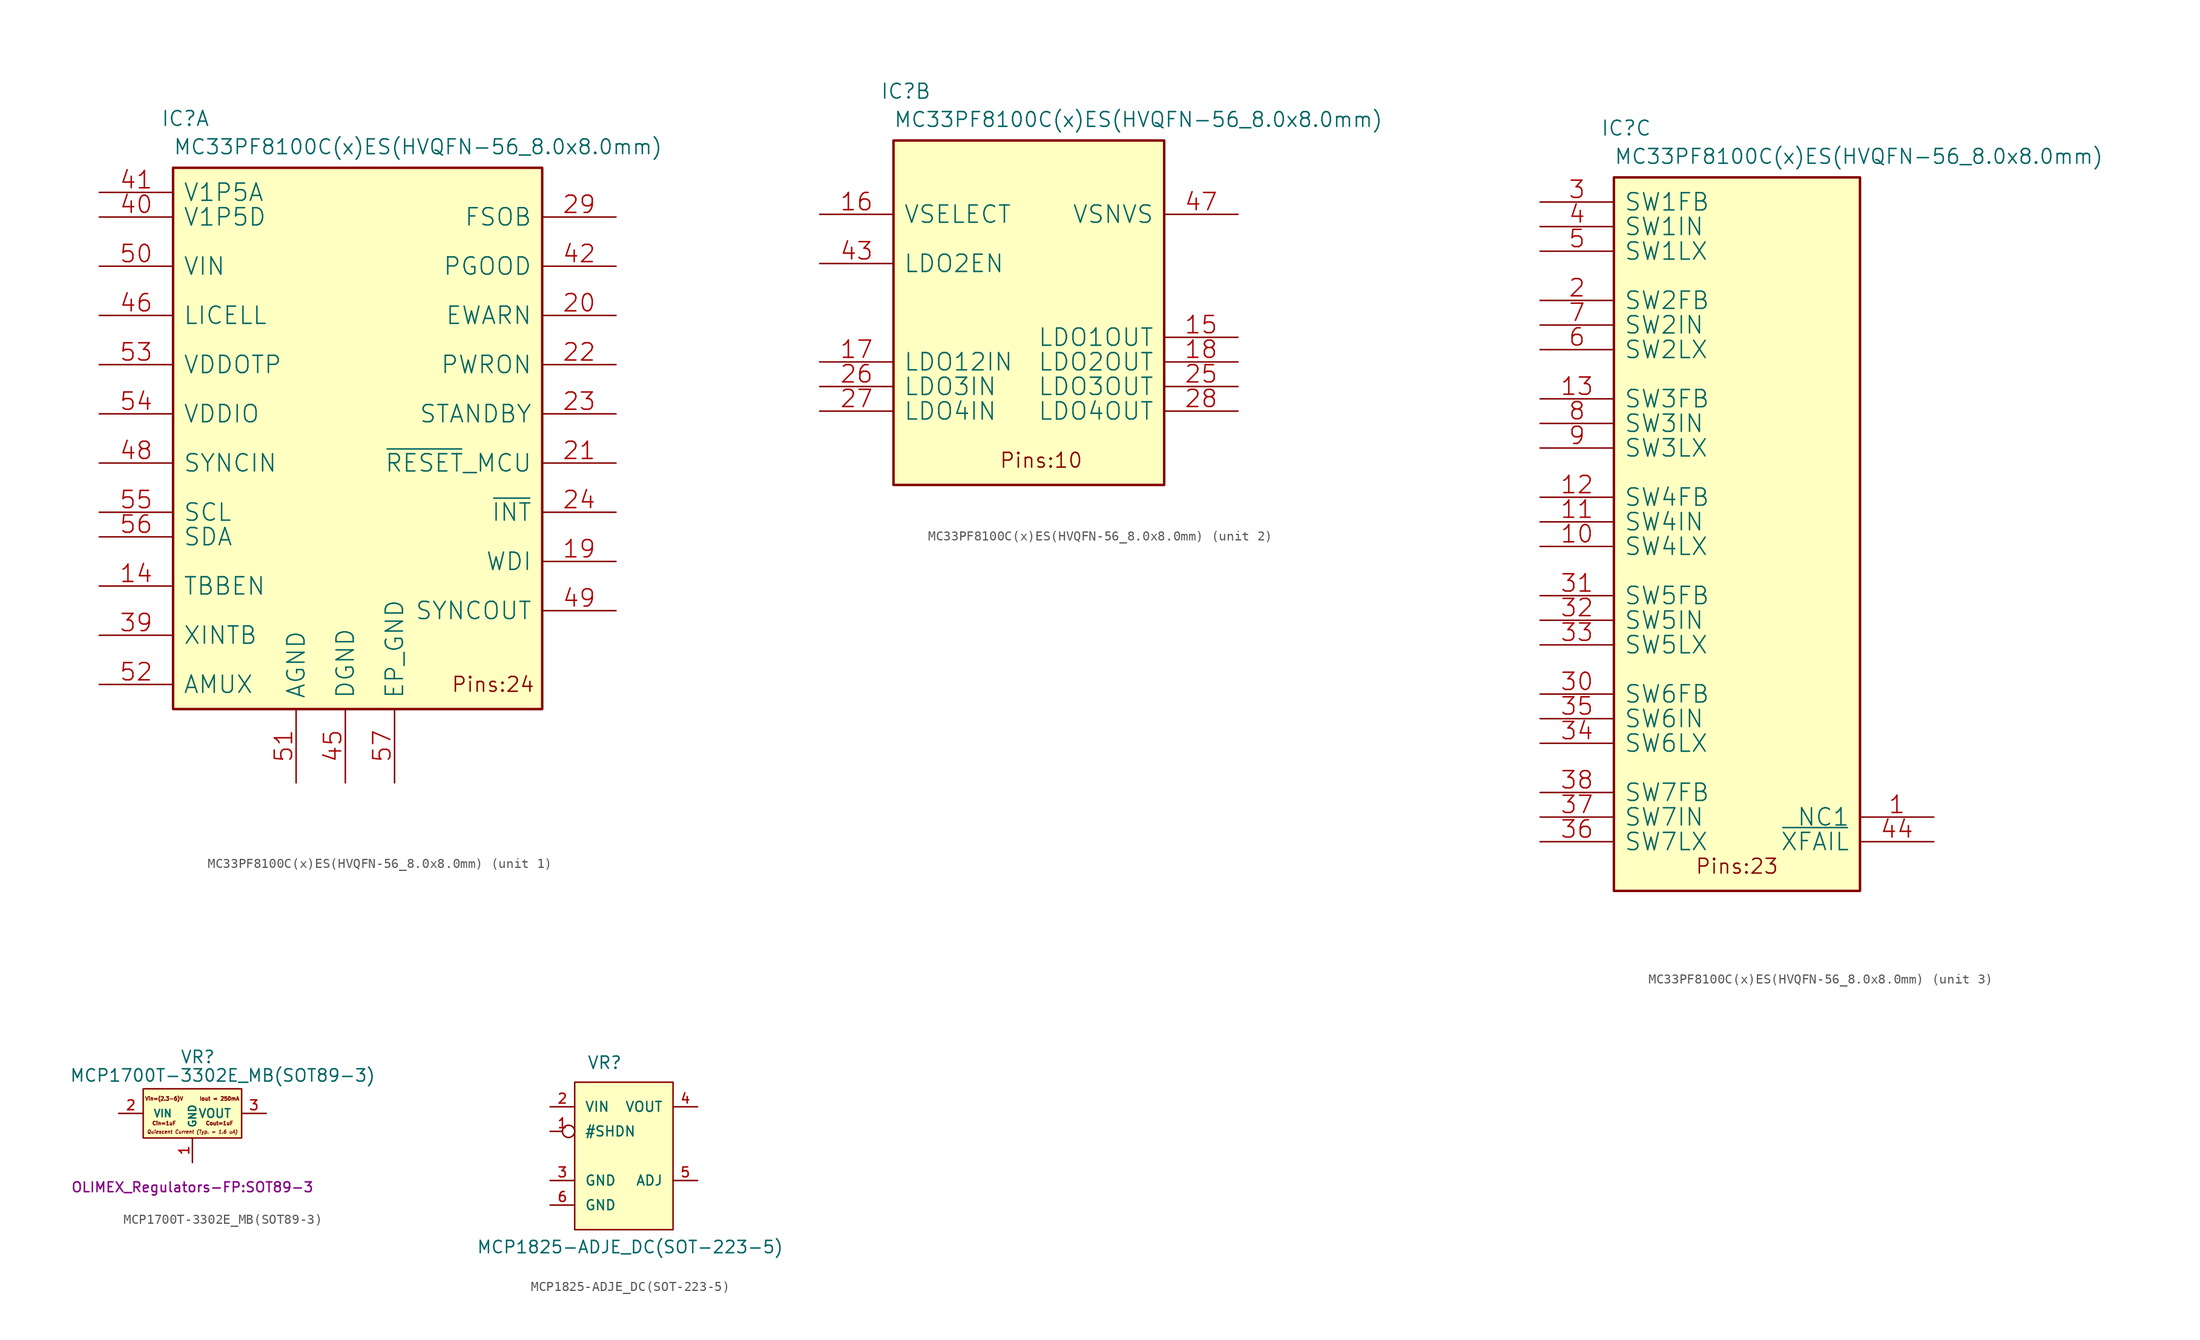
<source format=kicad_sym>
(kicad_symbol_lib
  (version 20220914)
  (generator kicad_symbol_editor)
  (symbol "MC33PF8100C(x)ES(HVQFN-56_8.0x8.0mm)"
    (pin_names
      (offset 1.016))
    (property "Reference" "IC"
      (at 1.27 5.08 0)
      (effects (font (size 1.524 1.524))))
    (property "Value" "MC33PF8100C(x)ES(HVQFN-56_8.0x8.0mm)"
      (at 0 1.27 0)
      (effects (font (size 1.524 1.524)) (justify left bottom)))
    (symbol "MC33PF8100C(x)ES(HVQFN-56_8.0x8.0mm)_1_1"
      (rectangle (start 0 -55.88) (end 38.1 0) (stroke (width 0.254) (type solid)) (fill (type background)))
      (text "Pins:24" (at 33.02 -53.34 0) (effects (font (size 1.524 1.524))))
      (pin input line (at -7.62 -43.18 0) (length 7.62) (name "TBBEN" (effects (font (size 1.778 1.778)))) (number "14" (effects (font (size 1.778 1.778)))))
      (pin input line (at 45.72 -40.64 180) (length 7.62) (name "WDI" (effects (font (size 1.778 1.778)))) (number "19" (effects (font (size 1.778 1.778)))))
      (pin open_collector line (at 45.72 -15.24 180) (length 7.62) (name "EWARN" (effects (font (size 1.778 1.778)))) (number "20" (effects (font (size 1.778 1.778)))))
      (pin open_collector line (at 45.72 -30.48 180) (length 7.62) (name "~{RESET}_MCU" (effects (font (size 1.778 1.778)))) (number "21" (effects (font (size 1.778 1.778)))))
      (pin input line (at 45.72 -20.32 180) (length 7.62) (name "PWRON" (effects (font (size 1.778 1.778)))) (number "22" (effects (font (size 1.778 1.778)))))
      (pin input line (at 45.72 -25.4 180) (length 7.62) (name "STANDBY" (effects (font (size 1.778 1.778)))) (number "23" (effects (font (size 1.778 1.778)))))
      (pin open_collector line (at 45.72 -35.56 180) (length 7.62) (name "~{INT}" (effects (font (size 1.778 1.778)))) (number "24" (effects (font (size 1.778 1.778)))))
      (pin output line (at 45.72 -5.08 180) (length 7.62) (name "FSOB" (effects (font (size 1.778 1.778)))) (number "29" (effects (font (size 1.778 1.778)))))
      (pin input line (at -7.62 -48.26 0) (length 7.62) (name "XINTB" (effects (font (size 1.778 1.778)))) (number "39" (effects (font (size 1.778 1.778)))))
      (pin output line (at -7.62 -5.08 0) (length 7.62) (name "V1P5D" (effects (font (size 1.778 1.778)))) (number "40" (effects (font (size 1.778 1.778)))))
      (pin output line (at -7.62 -2.54 0) (length 7.62) (name "V1P5A" (effects (font (size 1.778 1.778)))) (number "41" (effects (font (size 1.778 1.778)))))
      (pin open_collector line (at 45.72 -10.16 180) (length 7.62) (name "PGOOD" (effects (font (size 1.778 1.778)))) (number "42" (effects (font (size 1.778 1.778)))))
      (pin power_in line (at 17.78 -63.5 90) (length 7.62) (name "DGND" (effects (font (size 1.778 1.778)))) (number "45" (effects (font (size 1.778 1.778)))))
      (pin input line (at -7.62 -15.24 0) (length 7.62) (name "LICELL" (effects (font (size 1.778 1.778)))) (number "46" (effects (font (size 1.778 1.778)))))
      (pin input line (at -7.62 -30.48 0) (length 7.62) (name "SYNCIN" (effects (font (size 1.778 1.778)))) (number "48" (effects (font (size 1.778 1.778)))))
      (pin passive line (at 45.72 -45.72 180) (length 7.62) (name "SYNCOUT" (effects (font (size 1.778 1.778)))) (number "49" (effects (font (size 1.778 1.778)))))
      (pin power_in line (at -7.62 -10.16 0) (length 7.62) (name "VIN" (effects (font (size 1.778 1.778)))) (number "50" (effects (font (size 1.778 1.778)))))
      (pin power_in line (at 12.7 -63.5 90) (length 7.62) (name "AGND" (effects (font (size 1.778 1.778)))) (number "51" (effects (font (size 1.778 1.778)))))
      (pin output line (at -7.62 -53.34 0) (length 7.62) (name "AMUX" (effects (font (size 1.778 1.778)))) (number "52" (effects (font (size 1.778 1.778)))))
      (pin input line (at -7.62 -20.32 0) (length 7.62) (name "VDDOTP" (effects (font (size 1.778 1.778)))) (number "53" (effects (font (size 1.778 1.778)))))
      (pin power_in line (at -7.62 -25.4 0) (length 7.62) (name "VDDIO" (effects (font (size 1.778 1.778)))) (number "54" (effects (font (size 1.778 1.778)))))
      (pin input line (at -7.62 -35.56 0) (length 7.62) (name "SCL" (effects (font (size 1.778 1.778)))) (number "55" (effects (font (size 1.778 1.778)))))
      (pin bidirectional line (at -7.62 -38.1 0) (length 7.62) (name "SDA" (effects (font (size 1.778 1.778)))) (number "56" (effects (font (size 1.778 1.778)))))
      (pin power_in line (at 22.86 -63.5 90) (length 7.62) (name "EP_GND" (effects (font (size 1.778 1.778)))) (number "57" (effects (font (size 1.778 1.778))))))
    (symbol "MC33PF8100C(x)ES(HVQFN-56_8.0x8.0mm)_2_1"
      (rectangle (start 0 -35.56) (end 27.94 0) (stroke (width 0.254) (type solid)) (fill (type background)))
      (text "Pins:10" (at 15.24 -33.02 0) (effects (font (size 1.524 1.524))))
      (pin output line (at 35.56 -20.32 180) (length 7.62) (name "LDO1OUT" (effects (font (size 1.778 1.778)))) (number "15" (effects (font (size 1.778 1.778)))))
      (pin input line (at -7.62 -7.62 0) (length 7.62) (name "VSELECT" (effects (font (size 1.778 1.778)))) (number "16" (effects (font (size 1.778 1.778)))))
      (pin input line (at -7.62 -22.86 0) (length 7.62) (name "LDO12IN" (effects (font (size 1.778 1.778)))) (number "17" (effects (font (size 1.778 1.778)))))
      (pin output line (at 35.56 -22.86 180) (length 7.62) (name "LDO2OUT" (effects (font (size 1.778 1.778)))) (number "18" (effects (font (size 1.778 1.778)))))
      (pin output line (at 35.56 -25.4 180) (length 7.62) (name "LDO3OUT" (effects (font (size 1.778 1.778)))) (number "25" (effects (font (size 1.778 1.778)))))
      (pin input line (at -7.62 -25.4 0) (length 7.62) (name "LDO3IN" (effects (font (size 1.778 1.778)))) (number "26" (effects (font (size 1.778 1.778)))))
      (pin input line (at -7.62 -27.94 0) (length 7.62) (name "LDO4IN" (effects (font (size 1.778 1.778)))) (number "27" (effects (font (size 1.778 1.778)))))
      (pin output line (at 35.56 -27.94 180) (length 7.62) (name "LDO4OUT" (effects (font (size 1.778 1.778)))) (number "28" (effects (font (size 1.778 1.778)))))
      (pin input line (at -7.62 -12.7 0) (length 7.62) (name "LDO2EN" (effects (font (size 1.778 1.778)))) (number "43" (effects (font (size 1.778 1.778)))))
      (pin output line (at 35.56 -7.62 180) (length 7.62) (name "VSNVS" (effects (font (size 1.778 1.778)))) (number "47" (effects (font (size 1.778 1.778))))))
    (symbol "MC33PF8100C(x)ES(HVQFN-56_8.0x8.0mm)_3_1"
      (rectangle (start 0 -73.66) (end 25.4 0) (stroke (width 0.254) (type solid)) (fill (type background)))
      (text "Pins:23" (at 12.7 -71.12 0) (effects (font (size 1.524 1.524))))
      (pin passive line (at 33.02 -66.04 180) (length 7.62) (name "NC1" (effects (font (size 1.778 1.778)))) (number "1" (effects (font (size 1.778 1.778)))))
      (pin output line (at -7.62 -38.1 0) (length 7.62) (name "SW4LX" (effects (font (size 1.778 1.778)))) (number "10" (effects (font (size 1.778 1.778)))))
      (pin input line (at -7.62 -35.56 0) (length 7.62) (name "SW4IN" (effects (font (size 1.778 1.778)))) (number "11" (effects (font (size 1.778 1.778)))))
      (pin input line (at -7.62 -33.02 0) (length 7.62) (name "SW4FB" (effects (font (size 1.778 1.778)))) (number "12" (effects (font (size 1.778 1.778)))))
      (pin input line (at -7.62 -22.86 0) (length 7.62) (name "SW3FB" (effects (font (size 1.778 1.778)))) (number "13" (effects (font (size 1.778 1.778)))))
      (pin input line (at -7.62 -12.7 0) (length 7.62) (name "SW2FB" (effects (font (size 1.778 1.778)))) (number "2" (effects (font (size 1.778 1.778)))))
      (pin input line (at -7.62 -2.54 0) (length 7.62) (name "SW1FB" (effects (font (size 1.778 1.778)))) (number "3" (effects (font (size 1.778 1.778)))))
      (pin input line (at -7.62 -53.34 0) (length 7.62) (name "SW6FB" (effects (font (size 1.778 1.778)))) (number "30" (effects (font (size 1.778 1.778)))))
      (pin input line (at -7.62 -43.18 0) (length 7.62) (name "SW5FB" (effects (font (size 1.778 1.778)))) (number "31" (effects (font (size 1.778 1.778)))))
      (pin input line (at -7.62 -45.72 0) (length 7.62) (name "SW5IN" (effects (font (size 1.778 1.778)))) (number "32" (effects (font (size 1.778 1.778)))))
      (pin output line (at -7.62 -48.26 0) (length 7.62) (name "SW5LX" (effects (font (size 1.778 1.778)))) (number "33" (effects (font (size 1.778 1.778)))))
      (pin output line (at -7.62 -58.42 0) (length 7.62) (name "SW6LX" (effects (font (size 1.778 1.778)))) (number "34" (effects (font (size 1.778 1.778)))))
      (pin input line (at -7.62 -55.88 0) (length 7.62) (name "SW6IN" (effects (font (size 1.778 1.778)))) (number "35" (effects (font (size 1.778 1.778)))))
      (pin output line (at -7.62 -68.58 0) (length 7.62) (name "SW7LX" (effects (font (size 1.778 1.778)))) (number "36" (effects (font (size 1.778 1.778)))))
      (pin input line (at -7.62 -66.04 0) (length 7.62) (name "SW7IN" (effects (font (size 1.778 1.778)))) (number "37" (effects (font (size 1.778 1.778)))))
      (pin input line (at -7.62 -63.5 0) (length 7.62) (name "SW7FB" (effects (font (size 1.778 1.778)))) (number "38" (effects (font (size 1.778 1.778)))))
      (pin input line (at -7.62 -5.08 0) (length 7.62) (name "SW1IN" (effects (font (size 1.778 1.778)))) (number "4" (effects (font (size 1.778 1.778)))))
      (pin passive line (at 33.02 -68.58 180) (length 7.62) (name "~{XFAIL}" (effects (font (size 1.778 1.778)))) (number "44" (effects (font (size 1.778 1.778)))))
      (pin output line (at -7.62 -7.62 0) (length 7.62) (name "SW1LX" (effects (font (size 1.778 1.778)))) (number "5" (effects (font (size 1.778 1.778)))))
      (pin output line (at -7.62 -17.78 0) (length 7.62) (name "SW2LX" (effects (font (size 1.778 1.778)))) (number "6" (effects (font (size 1.778 1.778)))))
      (pin input line (at -7.62 -15.24 0) (length 7.62) (name "SW2IN" (effects (font (size 1.778 1.778)))) (number "7" (effects (font (size 1.778 1.778)))))
      (pin input line (at -7.62 -25.4 0) (length 7.62) (name "SW3IN" (effects (font (size 1.778 1.778)))) (number "8" (effects (font (size 1.778 1.778)))))
      (pin output line (at -7.62 -27.94 0) (length 7.62) (name "SW3LX" (effects (font (size 1.778 1.778)))) (number "9" (effects (font (size 1.778 1.778)))))))
  (symbol "MCP1700T-3302E_MB(SOT89-3)"
    (pin_names
      (offset 1.016))
    (property "Reference" "VR"
      (at -1.27 5.08 0)
      (effects (font (size 1.27 1.27)) (justify left bottom)))
    (property "Value" "MCP1700T-3302E_MB(SOT89-3)"
      (at -12.7 3.175 0)
      (effects (font (size 1.27 1.27)) (justify left bottom)))
    (property "Footprint" "OLIMEX_Regulators-FP:SOT89-3"
      (at 0 -7.62 0)
      (effects (font (size 1.016 1.016))))
    (property "Datasheet" ""
      (at 0.508 -0.254 0)
      (effects (font (size 2.54 2.54))))
    (symbol "MCP1700T-3302E_MB(SOT89-3)_1_0"
      (rectangle (start -5.08 2.54) (end 5.08 -2.54) (stroke (width 0) (type solid)) (fill (type background)))
      (text "Cin=1uF" (at -2.921 -1.016 0) (effects (font (size 0.381 0.381))))
      (text "Cout=1uF" (at 2.794 -1.016 0) (effects (font (size 0.381 0.381))))
      (text "Iout = 250mA" (at 2.794 1.524 0) (effects (font (size 0.381 0.381))))
      (text "Quiescent Current (Typ. = 1.6 uA)" (at 0 -1.905 0) (effects (font (size 0.356 0.356) bold italic)))
      (text "Vin=(2.3-6)V" (at -2.921 1.524 0) (effects (font (size 0.381 0.381)))))
    (symbol "MCP1700T-3302E_MB(SOT89-3)_1_1"
      (pin power_in line (at 0 -5.08 90) (length 2.54) (name "GND" (effects (font (size 0.762 0.762)))) (number "1" (effects (font (size 1.016 1.016)))))
      (pin input line (at -7.62 0 0) (length 2.54) (name "VIN" (effects (font (size 0.762 0.762)))) (number "2" (effects (font (size 1.016 1.016)))))
      (pin power_out line (at 7.62 0 180) (length 2.54) (name "VOUT" (effects (font (size 0.889 0.889)))) (number "3" (effects (font (size 1.016 1.016)))))))
  (symbol "MCP1825-ADJE_DC(SOT-223-5)"
    (pin_names
      (offset 1.016))
    (property "Reference" "VR"
      (at -3.81 8.89 0)
      (effects (font (size 1.27 1.27)) (justify left bottom)))
    (property "Value" "MCP1825-ADJE_DC(SOT-223-5)"
      (at -15.24 -10.16 0)
      (effects (font (size 1.27 1.27)) (justify left bottom)))
    (property "Datasheet" ""
      (at 0 0 0)
      (effects (font (size 1.524 1.524))))
    (symbol "MCP1825-ADJE_DC(SOT-223-5)_0_1"
      (rectangle (start -5.08 7.62) (end 5.08 -7.62) (stroke (width 0) (type solid)) (fill (type background))))
    (symbol "MCP1825-ADJE_DC(SOT-223-5)_1_1"
      (pin input inverted (at -7.62 2.54 0) (length 2.54) (name "#SHDN" (effects (font (size 1.016 1.016)))) (number "1" (effects (font (size 1.016 1.016)))))
      (pin input line (at -7.62 5.08 0) (length 2.54) (name "VIN" (effects (font (size 1.016 1.016)))) (number "2" (effects (font (size 1.016 1.016)))))
      (pin power_in line (at -7.62 -2.54 0) (length 2.54) (name "GND" (effects (font (size 1.016 1.016)))) (number "3" (effects (font (size 1.016 1.016)))))
      (pin power_out line (at 7.62 5.08 180) (length 2.54) (name "VOUT" (effects (font (size 1.016 1.016)))) (number "4" (effects (font (size 1.016 1.016)))))
      (pin input line (at 7.62 -2.54 180) (length 2.54) (name "ADJ" (effects (font (size 1.016 1.016)))) (number "5" (effects (font (size 1.016 1.016)))))
      (pin power_in line (at -7.62 -5.08 0) (length 2.54) (name "GND" (effects (font (size 1.016 1.016)))) (number "6" (effects (font (size 1.016 1.016))))))))
</source>
